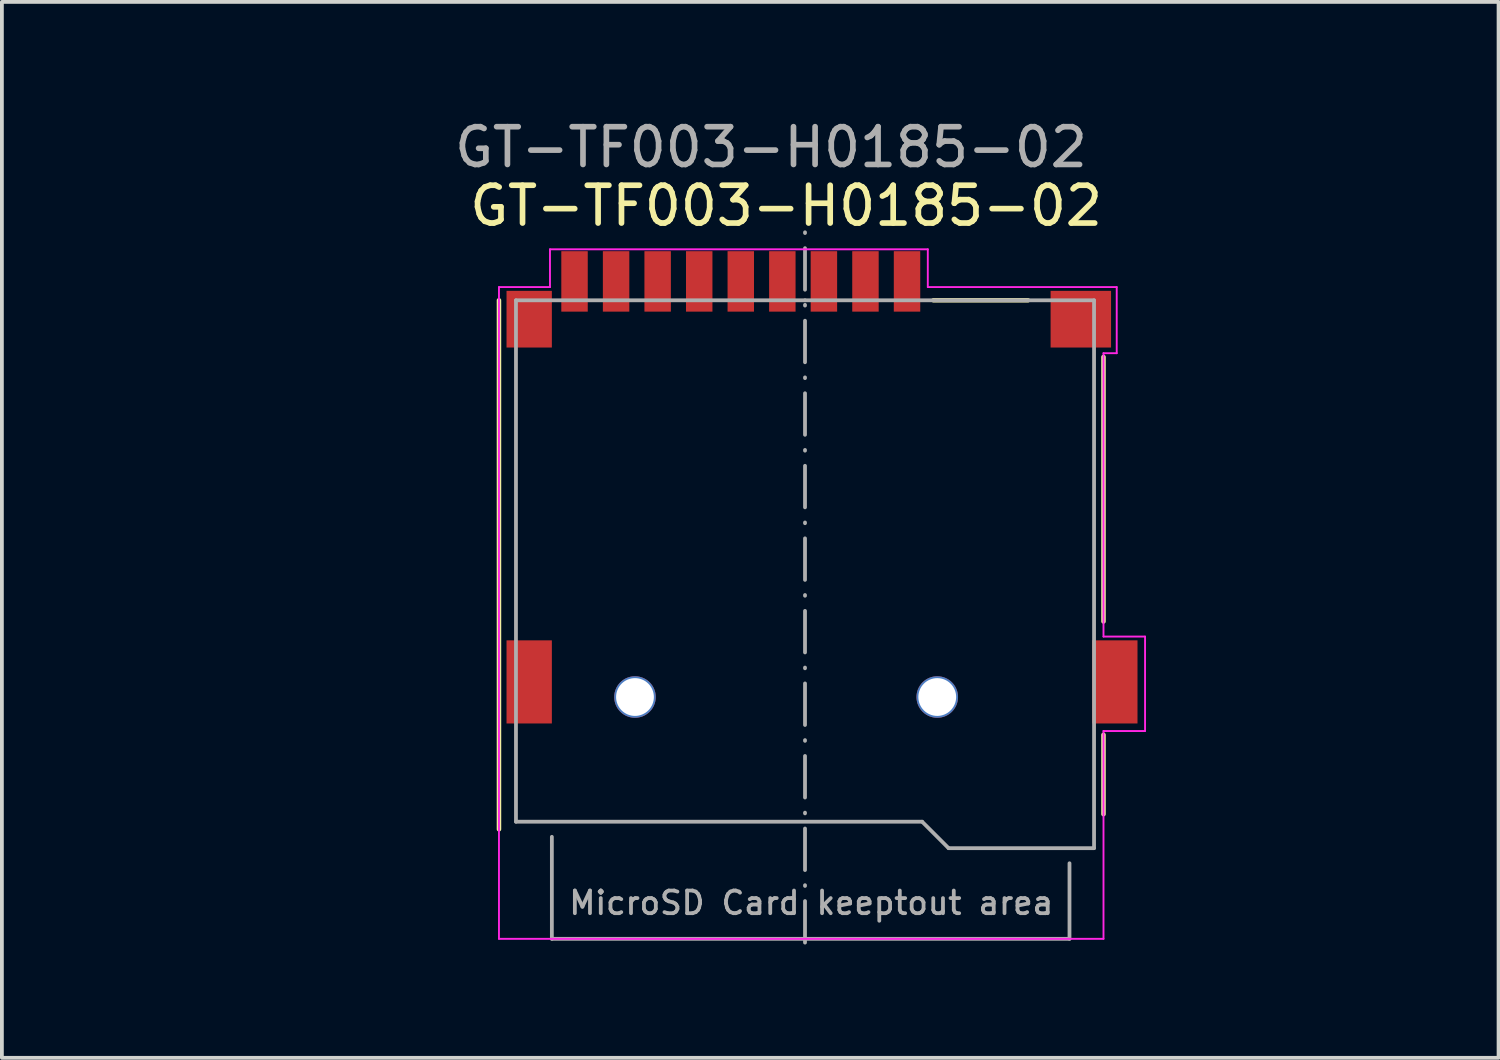
<source format=kicad_pcb>
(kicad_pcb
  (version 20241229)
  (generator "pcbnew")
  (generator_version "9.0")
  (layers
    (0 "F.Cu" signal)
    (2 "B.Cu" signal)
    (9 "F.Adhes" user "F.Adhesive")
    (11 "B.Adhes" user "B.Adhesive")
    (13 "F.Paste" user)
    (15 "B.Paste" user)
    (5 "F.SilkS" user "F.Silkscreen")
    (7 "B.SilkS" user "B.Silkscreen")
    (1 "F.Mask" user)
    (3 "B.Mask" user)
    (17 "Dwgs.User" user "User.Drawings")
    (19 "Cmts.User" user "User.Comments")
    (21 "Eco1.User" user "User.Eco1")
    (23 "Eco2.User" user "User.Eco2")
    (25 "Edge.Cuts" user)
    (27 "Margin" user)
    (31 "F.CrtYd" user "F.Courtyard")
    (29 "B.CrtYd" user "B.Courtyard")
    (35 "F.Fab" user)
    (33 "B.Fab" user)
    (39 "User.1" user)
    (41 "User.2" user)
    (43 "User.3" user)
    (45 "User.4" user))
  (footprint "GT-TF003-H0185-02"
    (layer "F.Cu")
    (at 18.256 11.798)
    (property "Reference" "GT-TF003-H0185-02" (at -0.5 -9.4 0) (unlocked yes) (layer "F.SilkS") (effects (font (size 1 1) (thickness 0.15))))
    (attr smd)
    (fp_line (start -8.1 7.1) (end -8.1 -6.9) (stroke (width 0.12) (type default)) (layer "F.SilkS"))
    (fp_line (start 5.9 -6.9) (end 3.4 -6.9) (stroke (width 0.12) (type default)) (layer "F.SilkS"))
    (fp_line (start 7.9 -5.4) (end 7.9 1.6) (stroke (width 0.12) (type default)) (layer "F.SilkS"))
    (fp_line (start 7.9 4.6) (end 7.9 6.7) (stroke (width 0.12) (type default)) (layer "F.SilkS"))
    (fp_line (start -8.1 -7.25) (end -8.1 10) (stroke (width 0.05) (type default)) (layer "F.CrtYd"))
    (fp_line (start -8.1 10) (end 7.9 10) (stroke (width 0.05) (type default)) (layer "F.CrtYd"))
    (fp_line (start -6.75 -8.25) (end -6.75 -7.25) (stroke (width 0.05) (type default)) (layer "F.CrtYd"))
    (fp_line (start -6.75 -7.25) (end -8.1 -7.25) (stroke (width 0.05) (type default)) (layer "F.CrtYd"))
    (fp_line (start 3.25 -8.25) (end -6.75 -8.25) (stroke (width 0.05) (type default)) (layer "F.CrtYd"))
    (fp_line (start 3.25 -7.25) (end 3.25 -8.25) (stroke (width 0.05) (type default)) (layer "F.CrtYd"))
    (fp_line (start 3.25 -7.25) (end 8.25 -7.25) (stroke (width 0.05) (type default)) (layer "F.CrtYd"))
    (fp_line (start 7.9 2) (end 7.9 -5.5) (stroke (width 0.05) (type default)) (layer "F.CrtYd"))
    (fp_line (start 7.9 4.5) (end 9 4.5) (stroke (width 0.05) (type default)) (layer "F.CrtYd"))
    (fp_line (start 7.9 10) (end 7.9 4.498) (stroke (width 0.05) (type default)) (layer "F.CrtYd"))
    (fp_line (start 8.25 -7.25) (end 8.25 -5.5) (stroke (width 0.05) (type default)) (layer "F.CrtYd"))
    (fp_line (start 8.25 -5.5) (end 7.9 -5.5) (stroke (width 0.05) (type default)) (layer "F.CrtYd"))
    (fp_line (start 9 2) (end 7.9 2) (stroke (width 0.05) (type default)) (layer "F.CrtYd"))
    (fp_line (start 9 4.5) (end 9 2) (stroke (width 0.05) (type default)) (layer "F.CrtYd"))
    (fp_line (start -7.65 -6.9) (end -7.65 6.9) (stroke (width 0.1) (type solid)) (layer "F.Fab"))
    (fp_line (start -7.65 6.9) (end 3.1 6.9) (stroke (width 0.1) (type solid)) (layer "F.Fab"))
    (fp_line (start -6.7 7.3) (end -6.7 10) (stroke (width 0.1) (type default)) (layer "F.Fab"))
    (fp_line (start -6.7 10) (end 7 10) (stroke (width 0.1) (type default)) (layer "F.Fab"))
    (fp_line (start 0 -6.9) (end -7.65 -6.9) (stroke (width 0.1) (type solid)) (layer "F.Fab"))
    (fp_line (start 0 -6.9) (end 7.65 -6.9) (stroke (width 0.1) (type solid)) (layer "F.Fab"))
    (fp_line (start 0 10.1) (end 0 -8.9) (stroke (width 0.1) (type dash_dot)) (layer "F.Fab"))
    (fp_line (start 3.1 6.9) (end 3.8 7.6) (stroke (width 0.1) (type solid)) (layer "F.Fab"))
    (fp_line (start 3.8 7.6) (end 7.65 7.6) (stroke (width 0.1) (type solid)) (layer "F.Fab"))
    (fp_line (start 7 10) (end 7 8) (stroke (width 0.1) (type default)) (layer "F.Fab"))
    (fp_line (start 7.65 -6.9) (end 7.65 7.6) (stroke (width 0.1) (type solid)) (layer "F.Fab"))
    (fp_line (start 3.5 -1.8) (end 3.5 3.6) (stroke (width 0.1) (type default)) (layer "User.2"))
    (fp_line (start 6.5 -0.7) (end 6.5 -6.4) (stroke (width 0.1) (type default)) (layer "User.2"))
    (fp_text user "MicroSD Card keeptout area" (at -6.3 9.4 0) (unlocked yes) (layer "F.Fab") (effects (font (size 0.6 0.6) (thickness 0.1) (bold yes)) (justify left bottom)))
    (fp_text user "${REFERENCE}" (at -0.9 -10.95 0) (unlocked yes) (layer "F.Fab") (effects (font (size 1 1) (thickness 0.15))))
    (dimension (type aligned) (layer "User.2") (pts (xy 21.756 15.398) (xy 13.756 15.398)) (height 0) (format (prefix "") (suffix "") (units 3) (units_format 1) (precision 4) (suppress_zeroes yes)) (style (thickness 0.1) (arrow_length 1.27) (text_position_mode 0) (arrow_direction outward) (extension_height 0.586) (extension_offset 0.5) (keep_text_aligned yes)) (gr_text "8 mm" (at 17.756 14.248 0) (layer "User.2") (effects (font (size 1 1) (thickness 0.15)))))
    (dimension (type aligned) (layer "User.2") (pts (xy 13.756 15.398) (xy 11.556 15.398)) (height -2.5) (format (prefix "") (suffix "") (units 3) (units_format 1) (precision 4) (suppress_zeroes yes)) (style (thickness 0.1) (arrow_length 1.27) (text_position_mode 2) (arrow_direction outward) (extension_height 0.586) (extension_offset 0.5) (keep_text_aligned yes)) (gr_text "2.2 mm" (at 8.656 17.898 0) (layer "User.2") (effects (font (size 1 1) (thickness 0.15)))))
    (dimension (type aligned) (layer "User.2") (pts (xy 10.956 6.148) (xy 10.956 15.398)) (height 4.3) (format (prefix "") (suffix "") (units 3) (units_format 1) (precision 4) (suppress_zeroes yes)) (style (thickness 0.1) (arrow_length 1.27) (text_position_mode 0) (arrow_direction outward) (extension_height 0.586) (extension_offset 0.5) (keep_text_aligned yes)) (gr_text "9.25 mm" (at 5.506 10.773 90) (layer "User.2") (effects (font (size 1 1) (thickness 0.15)))))
    (dimension (type aligned) (layer "User.2") (pts (xy 25.856 14.998) (xy 13.756 14.998)) (height -2.9) (format (prefix "") (suffix "") (units 3) (units_format 1) (precision 4) (suppress_zeroes yes)) (style (thickness 0.1) (arrow_length 1.27) (text_position_mode 0) (arrow_direction outward) (extension_height 0.586) (extension_offset 0.5) (keep_text_aligned yes)) (gr_text "12.1 mm" (at 19.806 16.748 0) (layer "User.2") (effects (font (size 1 1) (thickness 0.15)))))
    (dimension (type aligned) (layer "User.2") (pts (xy 10.956 6.148) (xy 10.956 16.098)) (height 1.8) (format (prefix "") (suffix "") (units 3) (units_format 1) (precision 4) (suppress_zeroes yes)) (style (thickness 0.1) (arrow_length 1.27) (text_position_mode 0) (arrow_direction outward) (extension_height 0.586) (extension_offset 0.5) (keep_text_aligned yes)) (gr_text "9.95 mm" (at 8.006 11.123 90) (layer "User.2") (effects (font (size 1 1) (thickness 0.15)))))
    (dimension (type aligned) (layer "User.2") (pts (xy 20.956 4.398) (xy 12.156 4.398)) (height -3.3) (format (prefix "") (suffix "") (units 3) (units_format 1) (precision 4) (suppress_zeroes yes)) (style (thickness 0.1) (arrow_length 1.27) (text_position_mode 0) (arrow_direction outward) (extension_height 0.586) (extension_offset 0.5) (keep_text_aligned yes)) (gr_text "8.8 mm" (at 16.556 6.548 0) (layer "User.2") (effects (font (size 1 1) (thickness 0.15)))))
    (dimension (type aligned) (layer "User.2") (pts (xy 21.756 15.398) (xy 21.756 6.148)) (height 7.1) (format (prefix "") (suffix "") (units 3) (units_format 1) (precision 4) (suppress_zeroes yes)) (style (thickness 0.1) (arrow_length 1.27) (text_position_mode 0) (arrow_direction outward) (extension_height 0.586) (extension_offset 0.5) (keep_text_aligned yes)) (gr_text "9.25 mm" (at 27.706 10.773 90) (layer "User.2") (effects (font (size 1 1) (thickness 0.15)))))
    (dimension (type aligned) (layer "User.2") (pts (xy 12.156 15.398) (xy 12.156 5.198)) (height -7.5) (format (prefix "") (suffix "") (units 3) (units_format 1) (precision 4) (suppress_zeroes yes)) (style (thickness 0.1) (arrow_length 1.27) (text_position_mode 0) (arrow_direction outward) (extension_height 0.586) (extension_offset 0.5) (keep_text_aligned yes)) (gr_text "10.2 mm" (at 3.506 10.298 90) (layer "User.2") (effects (font (size 1 1) (thickness 0.15)))))
    (dimension (type aligned) (layer "User.2") (pts (xy 24.756 10.498) (xy 21.756 10.498)) (height 0) (format (prefix "") (suffix "") (units 3) (units_format 1) (precision 4) (suppress_zeroes yes)) (style (thickness 0.1) (arrow_length 1.27) (text_position_mode 2) (arrow_direction outward) (extension_height 0.586) (extension_offset 0.5) (keep_text_aligned yes)) (gr_text "3 mm" (at 19.756 9.348 0) (layer "User.2") (effects (font (size 1 1) (thickness 0.15)))))
    (dimension (type aligned) (layer "User.2") (pts (xy 21.756 15.398) (xy 21.756 4.898)) (height 9.5) (format (prefix "") (suffix "") (units 3) (units_format 1) (precision 4) (suppress_zeroes yes)) (style (thickness 0.1) (arrow_length 1.27) (text_position_mode 0) (arrow_direction outward) (extension_height 0.586) (extension_offset 0.5) (keep_text_aligned yes)) (gr_text "10.5 mm" (at 30.106 10.148 90) (layer "User.2") (effects (font (size 1 1) (thickness 0.15)))))
    (pad "" np_thru_hole circle (at -4.5 3.6) (size 1.1 1.1) (drill 1) (layers "*.Cu" "*.Mask"))
    (pad "" np_thru_hole circle (at 3.5 3.6) (size 1.1 1.1) (drill 1) (layers "*.Cu" "*.Mask"))
    (pad "1" smd rect (at 2.7 -7.4 180) (size 0.7 1.6) (layers "F.Cu" "F.Mask" "F.Paste"))
    (pad "2" smd rect (at 1.6 -7.4 180) (size 0.7 1.6) (layers "F.Cu" "F.Mask" "F.Paste"))
    (pad "3" smd rect (at 0.5 -7.4 180) (size 0.7 1.6) (layers "F.Cu" "F.Mask" "F.Paste"))
    (pad "4" smd rect (at -0.6 -7.4 180) (size 0.7 1.6) (layers "F.Cu" "F.Mask" "F.Paste"))
    (pad "5" smd rect (at -1.7 -7.4 180) (size 0.7 1.6) (layers "F.Cu" "F.Mask" "F.Paste"))
    (pad "6" smd rect (at -2.8 -7.4 180) (size 0.7 1.6) (layers "F.Cu" "F.Mask" "F.Paste"))
    (pad "7" smd rect (at -3.9 -7.4 180) (size 0.7 1.6) (layers "F.Cu" "F.Mask" "F.Paste"))
    (pad "8" smd rect (at -5 -7.4 180) (size 0.7 1.6) (layers "F.Cu" "F.Mask" "F.Paste"))
    (pad "9" smd rect (at -6.1 -7.4 180) (size 0.7 1.6) (layers "F.Cu" "F.Mask" "F.Paste"))
    (pad "10" smd rect (at -7.3 -6.4) (size 1.2 1.5) (layers "F.Cu" "F.Mask" "F.Paste"))
    (pad "10" smd rect (at -7.3 3.2) (size 1.2 2.2) (layers "F.Cu" "F.Mask" "F.Paste"))
    (pad "10" smd rect (at 7.3 -6.4) (size 1.6 1.5) (layers "F.Cu" "F.Mask" "F.Paste"))
    (pad "10" smd rect (at 8.2 3.2) (size 1.2 2.2) (layers "F.Cu" "F.Mask" "F.Paste")))
  (gr_rect
    (start -3 -3)
    (end 36.612 24.948)
    (stroke (width 0.1) (type default))
    (fill no)
    (layer "Edge.Cuts")))
</source>
